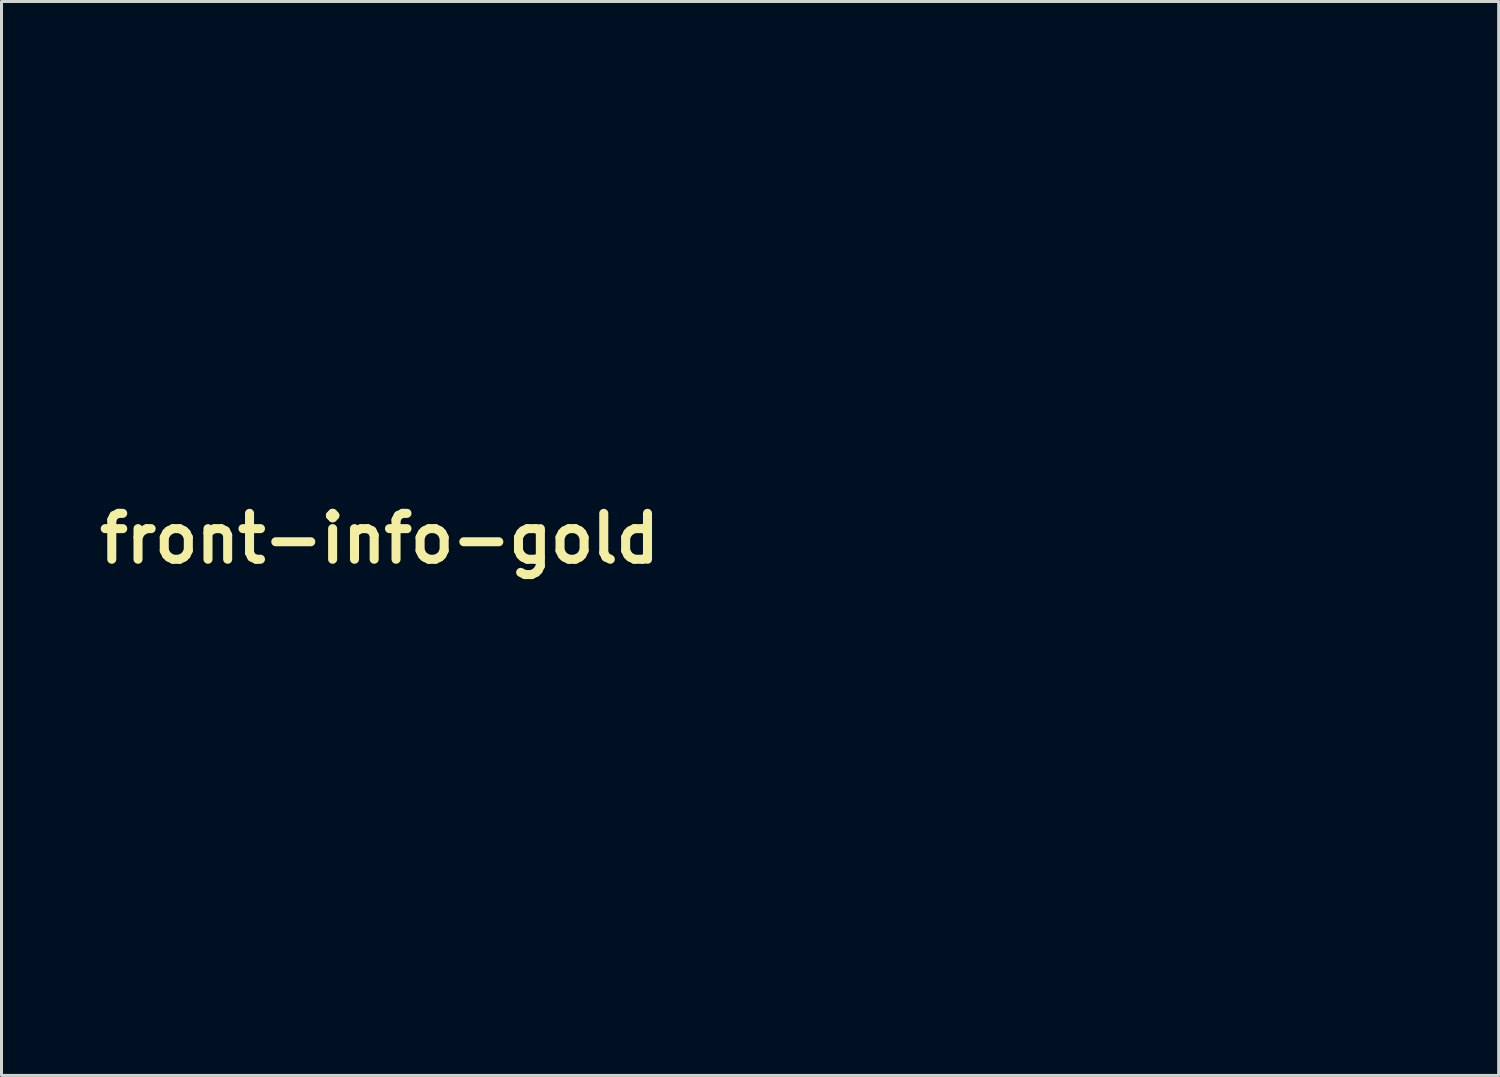
<source format=kicad_pcb>
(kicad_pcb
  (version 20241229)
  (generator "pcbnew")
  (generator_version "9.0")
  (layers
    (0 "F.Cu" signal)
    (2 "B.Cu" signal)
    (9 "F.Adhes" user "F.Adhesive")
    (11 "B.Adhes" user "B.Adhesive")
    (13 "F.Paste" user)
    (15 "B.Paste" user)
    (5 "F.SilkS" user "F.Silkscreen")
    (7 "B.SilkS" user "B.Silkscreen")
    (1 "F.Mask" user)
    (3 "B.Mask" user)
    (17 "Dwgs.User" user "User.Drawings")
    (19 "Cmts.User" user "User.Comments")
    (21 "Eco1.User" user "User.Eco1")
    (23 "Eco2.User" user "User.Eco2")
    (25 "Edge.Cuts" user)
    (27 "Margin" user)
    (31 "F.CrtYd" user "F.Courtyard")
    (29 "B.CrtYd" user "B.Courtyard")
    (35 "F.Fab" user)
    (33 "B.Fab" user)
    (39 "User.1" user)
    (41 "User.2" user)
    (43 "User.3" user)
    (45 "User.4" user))
  (footprint "front-info-gold"
    (layer "F.Cu")
    (at 9.55 14.822)
    (property "Reference" "front-info-gold" (at 0 0 0) (layer "F.SilkS") (effects (font (size 1.524 1.524) (thickness 0.3))))
    (attr through_hole)
    (fp_poly (pts (xy 0.31 14.817) (xy -0.113 14.817) (xy -0.113 -14.817) (xy 0.31 -14.817) (xy 0.31 14.817)) (stroke (width 0.01) (type solid)) (fill yes) (layer "F.Mask"))
    (fp_poly (pts (xy 8.438 -1.524) (xy 8.072 -1.524) (xy 8.072 -2.963) (xy 8.438 -2.963) (xy 8.438 -1.524)) (stroke (width 0.01) (type solid)) (fill yes) (layer "F.Mask"))
    (fp_poly (pts (xy 18.203 -1.524) (xy 17.865 -1.524) (xy 17.865 -2.963) (xy 18.203 -2.963) (xy 18.203 -1.524)) (stroke (width 0.01) (type solid)) (fill yes) (layer "F.Mask"))
    (fp_poly (pts (xy 31.835 -3.133) (xy 30.79 -3.133) (xy 30.79 -2.625) (xy 31.694 -2.625) (xy 31.694 -2.342) (xy 30.79 -2.342) (xy 30.79 -1.834) (xy 31.863 -1.834) (xy 31.863 -1.524) (xy 30.424 -1.524) (xy 30.424 -3.415) (xy 31.835 -3.415) (xy 31.835 -3.133)) (stroke (width 0.01) (type solid)) (fill yes) (layer "F.Mask"))
    (fp_poly (pts (xy 13.716 -3.133) (xy 12.7 -3.133) (xy 12.7 -2.625) (xy 13.603 -2.625) (xy 13.603 -2.342) (xy 12.7 -2.342) (xy 12.7 -1.836) (xy 13.229 -1.828) (xy 13.758 -1.82) (xy 13.767 -1.672) (xy 13.775 -1.524) (xy 12.333 -1.524) (xy 12.333 -3.415) (xy 13.716 -3.415) (xy 13.716 -3.133)) (stroke (width 0.01) (type solid)) (fill yes) (layer "F.Mask"))
    (fp_poly (pts (xy 8.302 -3.608) (xy 8.388 -3.569) (xy 8.447 -3.499) (xy 8.467 -3.415) (xy 8.448 -3.332) (xy 8.41 -3.274) (xy 8.335 -3.231) (xy 8.239 -3.217) (xy 8.147 -3.233) (xy 8.09 -3.269) (xy 8.051 -3.346) (xy 8.044 -3.438) (xy 8.068 -3.523) (xy 8.106 -3.569) (xy 8.204 -3.61) (xy 8.302 -3.608)) (stroke (width 0.01) (type solid)) (fill yes) (layer "F.Mask"))
    (fp_poly (pts (xy 18.123 -3.601) (xy 18.185 -3.557) (xy 18.201 -3.538) (xy 18.242 -3.472) (xy 18.26 -3.416) (xy 18.26 -3.415) (xy 18.243 -3.36) (xy 18.203 -3.294) (xy 18.201 -3.292) (xy 18.141 -3.237) (xy 18.063 -3.218) (xy 18.034 -3.217) (xy 17.945 -3.229) (xy 17.883 -3.273) (xy 17.867 -3.292) (xy 17.826 -3.357) (xy 17.808 -3.414) (xy 17.808 -3.415) (xy 17.825 -3.47) (xy 17.865 -3.536) (xy 17.867 -3.538) (xy 17.927 -3.592) (xy 18.005 -3.612) (xy 18.034 -3.612) (xy 18.123 -3.601)) (stroke (width 0.01) (type solid)) (fill yes) (layer "F.Mask"))
    (fp_poly (pts (xy 24.695 -2.987) (xy 24.714 -2.963) (xy 24.721 -2.908) (xy 24.723 -2.828) (xy 24.723 -2.664) (xy 24.622 -2.661) (xy 24.472 -2.635) (xy 24.356 -2.565) (xy 24.294 -2.488) (xy 24.269 -2.444) (xy 24.251 -2.394) (xy 24.239 -2.328) (xy 24.23 -2.237) (xy 24.224 -2.109) (xy 24.219 -1.956) (xy 24.208 -1.524) (xy 23.876 -1.524) (xy 23.876 -2.963) (xy 24.215 -2.963) (xy 24.215 -2.789) (xy 24.3 -2.861) (xy 24.417 -2.932) (xy 24.557 -2.979) (xy 24.659 -2.991) (xy 24.695 -2.987)) (stroke (width 0.01) (type solid)) (fill yes) (layer "F.Mask"))
    (fp_poly (pts (xy 11.133 -3.551) (xy 11.167 -3.549) (xy 11.293 -3.533) (xy 11.369 -3.507) (xy 11.401 -3.465) (xy 11.395 -3.4) (xy 11.371 -3.336) (xy 11.336 -3.263) (xy 11.308 -3.234) (xy 11.275 -3.239) (xy 11.263 -3.244) (xy 11.194 -3.266) (xy 11.123 -3.274) (xy 11.037 -3.248) (xy 10.967 -3.182) (xy 10.927 -3.09) (xy 10.922 -3.044) (xy 10.922 -2.963) (xy 11.317 -2.963) (xy 11.317 -2.681) (xy 10.95 -2.681) (xy 10.95 -1.524) (xy 10.583 -1.524) (xy 10.583 -2.681) (xy 10.358 -2.681) (xy 10.358 -2.963) (xy 10.576 -2.963) (xy 10.596 -3.111) (xy 10.636 -3.275) (xy 10.712 -3.398) (xy 10.828 -3.488) (xy 10.855 -3.501) (xy 10.942 -3.537) (xy 11.026 -3.552) (xy 11.133 -3.551)) (stroke (width 0.01) (type solid)) (fill yes) (layer "F.Mask"))
    (fp_poly (pts (xy 19.691 -2.955) (xy 19.837 -2.884) (xy 19.872 -2.858) (xy 19.935 -2.799) (xy 19.983 -2.736) (xy 20.017 -2.661) (xy 20.041 -2.565) (xy 20.055 -2.44) (xy 20.063 -2.277) (xy 20.065 -2.067) (xy 20.065 -2.039) (xy 20.066 -1.524) (xy 19.731 -1.524) (xy 19.722 -2.02) (xy 19.713 -2.517) (xy 19.621 -2.599) (xy 19.51 -2.663) (xy 19.383 -2.683) (xy 19.254 -2.662) (xy 19.138 -2.603) (xy 19.049 -2.508) (xy 19.037 -2.486) (xy 19.019 -2.438) (xy 19.007 -2.368) (xy 18.999 -2.267) (xy 18.995 -2.127) (xy 18.994 -1.963) (xy 18.994 -1.524) (xy 18.627 -1.524) (xy 18.627 -2.963) (xy 18.965 -2.963) (xy 18.965 -2.789) (xy 19.051 -2.861) (xy 19.188 -2.942) (xy 19.35 -2.984) (xy 19.523 -2.989) (xy 19.691 -2.955)) (stroke (width 0.01) (type solid)) (fill yes) (layer "F.Mask"))
    (fp_poly (pts (xy 6.576 -3.171) (xy 6.576 -3.024) (xy 6.578 -2.926) (xy 6.583 -2.868) (xy 6.592 -2.844) (xy 6.607 -2.844) (xy 6.627 -2.859) (xy 6.749 -2.935) (xy 6.901 -2.978) (xy 7.067 -2.987) (xy 7.231 -2.964) (xy 7.379 -2.908) (xy 7.454 -2.858) (xy 7.517 -2.799) (xy 7.565 -2.736) (xy 7.6 -2.661) (xy 7.623 -2.565) (xy 7.638 -2.44) (xy 7.645 -2.277) (xy 7.648 -2.067) (xy 7.648 -2.039) (xy 7.648 -1.524) (xy 7.31 -1.524) (xy 7.31 -1.962) (xy 7.306 -2.186) (xy 7.292 -2.36) (xy 7.267 -2.49) (xy 7.227 -2.581) (xy 7.168 -2.639) (xy 7.09 -2.67) (xy 6.988 -2.681) (xy 6.972 -2.681) (xy 6.832 -2.664) (xy 6.726 -2.611) (xy 6.64 -2.514) (xy 6.616 -2.475) (xy 6.598 -2.433) (xy 6.587 -2.379) (xy 6.58 -2.303) (xy 6.577 -2.195) (xy 6.576 -2.044) (xy 6.576 -1.971) (xy 6.576 -1.524) (xy 6.209 -1.524) (xy 6.209 -3.528) (xy 6.576 -3.528) (xy 6.576 -3.171)) (stroke (width 0.01) (type solid)) (fill yes) (layer "F.Mask"))
    (fp_poly (pts (xy 14.963 -2.984) (xy 15.158 -2.949) (xy 15.314 -2.874) (xy 15.433 -2.757) (xy 15.466 -2.705) (xy 15.491 -2.659) (xy 15.509 -2.614) (xy 15.522 -2.56) (xy 15.531 -2.488) (xy 15.538 -2.388) (xy 15.542 -2.252) (xy 15.546 -2.069) (xy 15.546 -2.053) (xy 15.556 -1.524) (xy 15.184 -1.524) (xy 15.184 -1.991) (xy 15.182 -2.192) (xy 15.176 -2.344) (xy 15.163 -2.456) (xy 15.142 -2.535) (xy 15.112 -2.589) (xy 15.069 -2.626) (xy 15.029 -2.647) (xy 14.912 -2.677) (xy 14.779 -2.675) (xy 14.659 -2.644) (xy 14.644 -2.637) (xy 14.576 -2.591) (xy 14.525 -2.526) (xy 14.49 -2.436) (xy 14.467 -2.312) (xy 14.454 -2.148) (xy 14.45 -1.94) (xy 14.45 -1.524) (xy 14.111 -1.524) (xy 14.111 -2.963) (xy 14.28 -2.963) (xy 14.374 -2.962) (xy 14.425 -2.953) (xy 14.446 -2.933) (xy 14.45 -2.897) (xy 14.45 -2.831) (xy 14.612 -2.914) (xy 14.711 -2.96) (xy 14.791 -2.983) (xy 14.881 -2.988) (xy 14.963 -2.984)) (stroke (width 0.01) (type solid)) (fill yes) (layer "F.Mask"))
    (fp_poly (pts (xy 9.581 -2.983) (xy 9.773 -2.938) (xy 9.938 -2.847) (xy 10.071 -2.718) (xy 10.164 -2.558) (xy 10.211 -2.374) (xy 10.216 -2.293) (xy 10.216 -2.145) (xy 9.084 -2.145) (xy 9.103 -2.081) (xy 9.154 -1.988) (xy 9.24 -1.899) (xy 9.319 -1.846) (xy 9.434 -1.811) (xy 9.574 -1.806) (xy 9.717 -1.828) (xy 9.838 -1.877) (xy 9.958 -1.947) (xy 10.044 -1.843) (xy 10.095 -1.778) (xy 10.112 -1.738) (xy 10.1 -1.706) (xy 10.085 -1.688) (xy 9.997 -1.623) (xy 9.87 -1.567) (xy 9.722 -1.526) (xy 9.568 -1.503) (xy 9.427 -1.502) (xy 9.356 -1.513) (xy 9.216 -1.555) (xy 9.109 -1.606) (xy 9.013 -1.676) (xy 8.971 -1.714) (xy 8.853 -1.85) (xy 8.782 -2.002) (xy 8.753 -2.179) (xy 8.756 -2.316) (xy 8.766 -2.371) (xy 9.084 -2.371) (xy 9.905 -2.371) (xy 9.875 -2.448) (xy 9.803 -2.57) (xy 9.701 -2.654) (xy 9.581 -2.7) (xy 9.454 -2.709) (xy 9.329 -2.679) (xy 9.22 -2.613) (xy 9.136 -2.509) (xy 9.104 -2.434) (xy 9.084 -2.371) (xy 8.766 -2.371) (xy 8.795 -2.517) (xy 8.88 -2.688) (xy 9.004 -2.824) (xy 9.162 -2.923) (xy 9.349 -2.978) (xy 9.558 -2.986) (xy 9.581 -2.983)) (stroke (width 0.01) (type solid)) (fill yes) (layer "F.Mask"))
    (fp_poly (pts (xy 5.305 -3.427) (xy 5.406 -3.421) (xy 5.484 -3.406) (xy 5.556 -3.381) (xy 5.616 -3.354) (xy 5.717 -3.3) (xy 5.811 -3.242) (xy 5.856 -3.209) (xy 5.94 -3.138) (xy 5.814 -3.026) (xy 5.687 -2.913) (xy 5.596 -2.993) (xy 5.452 -3.084) (xy 5.287 -3.129) (xy 5.114 -3.13) (xy 4.943 -3.086) (xy 4.786 -2.999) (xy 4.712 -2.936) (xy 4.599 -2.787) (xy 4.534 -2.621) (xy 4.515 -2.448) (xy 4.541 -2.277) (xy 4.612 -2.119) (xy 4.724 -1.982) (xy 4.864 -1.884) (xy 4.959 -1.845) (xy 5.069 -1.826) (xy 5.179 -1.822) (xy 5.355 -1.836) (xy 5.497 -1.884) (xy 5.623 -1.971) (xy 5.635 -1.981) (xy 5.695 -2.037) (xy 5.929 -1.826) (xy 5.851 -1.745) (xy 5.781 -1.686) (xy 5.685 -1.623) (xy 5.619 -1.588) (xy 5.453 -1.531) (xy 5.259 -1.503) (xy 5.056 -1.504) (xy 4.865 -1.535) (xy 4.82 -1.549) (xy 4.61 -1.646) (xy 4.434 -1.784) (xy 4.298 -1.957) (xy 4.204 -2.157) (xy 4.158 -2.378) (xy 4.159 -2.579) (xy 4.21 -2.806) (xy 4.31 -3.007) (xy 4.456 -3.179) (xy 4.646 -3.317) (xy 4.709 -3.351) (xy 4.788 -3.387) (xy 4.859 -3.41) (xy 4.938 -3.423) (xy 5.043 -3.428) (xy 5.165 -3.429) (xy 5.305 -3.427)) (stroke (width 0.01) (type solid)) (fill yes) (layer "F.Mask"))
    (fp_poly (pts (xy 29.491 -3.427) (xy 29.591 -3.421) (xy 29.668 -3.407) (xy 29.739 -3.382) (xy 29.804 -3.352) (xy 29.901 -3.298) (xy 29.987 -3.239) (xy 30.028 -3.203) (xy 30.096 -3.132) (xy 29.987 -3.021) (xy 29.878 -2.909) (xy 29.799 -2.976) (xy 29.646 -3.072) (xy 29.476 -3.122) (xy 29.301 -3.128) (xy 29.13 -3.092) (xy 28.975 -3.016) (xy 28.845 -2.902) (xy 28.78 -2.807) (xy 28.722 -2.649) (xy 28.701 -2.472) (xy 28.718 -2.298) (xy 28.755 -2.187) (xy 28.853 -2.034) (xy 28.986 -1.919) (xy 29.143 -1.844) (xy 29.315 -1.812) (xy 29.492 -1.824) (xy 29.666 -1.883) (xy 29.785 -1.956) (xy 29.879 -2.029) (xy 29.987 -1.918) (xy 30.048 -1.854) (xy 30.074 -1.814) (xy 30.07 -1.784) (xy 30.043 -1.75) (xy 29.991 -1.708) (xy 29.906 -1.655) (xy 29.809 -1.603) (xy 29.697 -1.553) (xy 29.597 -1.524) (xy 29.481 -1.509) (xy 29.398 -1.505) (xy 29.262 -1.505) (xy 29.133 -1.516) (xy 29.039 -1.533) (xy 28.832 -1.618) (xy 28.65 -1.746) (xy 28.501 -1.908) (xy 28.396 -2.096) (xy 28.377 -2.148) (xy 28.348 -2.264) (xy 28.338 -2.397) (xy 28.341 -2.525) (xy 28.376 -2.763) (xy 28.456 -2.966) (xy 28.583 -3.137) (xy 28.756 -3.278) (xy 28.896 -3.355) (xy 28.977 -3.389) (xy 29.051 -3.411) (xy 29.135 -3.423) (xy 29.248 -3.428) (xy 29.351 -3.429) (xy 29.491 -3.427)) (stroke (width 0.01) (type solid)) (fill yes) (layer "F.Mask"))
    (fp_poly (pts (xy 21.283 -2.981) (xy 21.449 -2.927) (xy 21.597 -2.836) (xy 21.721 -2.711) (xy 21.811 -2.555) (xy 21.861 -2.369) (xy 21.865 -2.327) (xy 21.88 -2.145) (xy 21.312 -2.145) (xy 21.099 -2.144) (xy 20.94 -2.14) (xy 20.83 -2.134) (xy 20.765 -2.125) (xy 20.743 -2.114) (xy 20.743 -2.113) (xy 20.766 -2.043) (xy 20.822 -1.964) (xy 20.899 -1.891) (xy 20.967 -1.85) (xy 21.095 -1.814) (xy 21.241 -1.809) (xy 21.382 -1.832) (xy 21.497 -1.881) (xy 21.509 -1.889) (xy 21.598 -1.955) (xy 21.69 -1.845) (xy 21.742 -1.777) (xy 21.758 -1.726) (xy 21.735 -1.683) (xy 21.668 -1.636) (xy 21.582 -1.59) (xy 21.423 -1.534) (xy 21.238 -1.507) (xy 21.051 -1.511) (xy 20.932 -1.534) (xy 20.754 -1.611) (xy 20.608 -1.726) (xy 20.498 -1.87) (xy 20.425 -2.034) (xy 20.393 -2.211) (xy 20.403 -2.39) (xy 20.416 -2.429) (xy 20.748 -2.429) (xy 20.758 -2.4) (xy 20.8 -2.382) (xy 20.881 -2.374) (xy 21.008 -2.371) (xy 21.138 -2.371) (xy 21.295 -2.371) (xy 21.404 -2.373) (xy 21.474 -2.379) (xy 21.513 -2.388) (xy 21.53 -2.402) (xy 21.534 -2.423) (xy 21.511 -2.495) (xy 21.453 -2.574) (xy 21.373 -2.644) (xy 21.335 -2.668) (xy 21.207 -2.706) (xy 21.071 -2.702) (xy 20.942 -2.659) (xy 20.838 -2.583) (xy 20.801 -2.535) (xy 20.764 -2.473) (xy 20.748 -2.429) (xy 20.416 -2.429) (xy 20.458 -2.564) (xy 20.561 -2.724) (xy 20.602 -2.768) (xy 20.759 -2.891) (xy 20.93 -2.965) (xy 21.107 -2.994) (xy 21.283 -2.981)) (stroke (width 0.01) (type solid)) (fill yes) (layer "F.Mask"))
    (fp_poly (pts (xy 33.279 -3.427) (xy 33.384 -3.419) (xy 33.467 -3.403) (xy 33.541 -3.377) (xy 33.568 -3.365) (xy 33.772 -3.244) (xy 33.935 -3.086) (xy 34.038 -2.93) (xy 34.084 -2.842) (xy 34.112 -2.77) (xy 34.128 -2.696) (xy 34.134 -2.601) (xy 34.135 -2.484) (xy 34.133 -2.347) (xy 34.124 -2.247) (xy 34.104 -2.165) (xy 34.072 -2.082) (xy 34.06 -2.056) (xy 33.941 -1.867) (xy 33.779 -1.708) (xy 33.59 -1.591) (xy 33.439 -1.541) (xy 33.257 -1.51) (xy 33.067 -1.501) (xy 32.891 -1.517) (xy 32.82 -1.533) (xy 32.604 -1.621) (xy 32.421 -1.75) (xy 32.276 -1.913) (xy 32.172 -2.104) (xy 32.114 -2.316) (xy 32.107 -2.522) (xy 32.471 -2.522) (xy 32.475 -2.354) (xy 32.519 -2.193) (xy 32.603 -2.05) (xy 32.715 -1.943) (xy 32.888 -1.85) (xy 33.07 -1.812) (xy 33.265 -1.827) (xy 33.347 -1.848) (xy 33.491 -1.917) (xy 33.619 -2.027) (xy 33.717 -2.163) (xy 33.738 -2.207) (xy 33.763 -2.297) (xy 33.779 -2.411) (xy 33.781 -2.476) (xy 33.756 -2.664) (xy 33.685 -2.826) (xy 33.576 -2.959) (xy 33.438 -3.058) (xy 33.278 -3.117) (xy 33.102 -3.132) (xy 32.919 -3.098) (xy 32.831 -3.064) (xy 32.687 -2.969) (xy 32.578 -2.84) (xy 32.506 -2.688) (xy 32.471 -2.522) (xy 32.107 -2.522) (xy 32.106 -2.541) (xy 32.119 -2.638) (xy 32.186 -2.864) (xy 32.3 -3.059) (xy 32.459 -3.22) (xy 32.663 -3.347) (xy 32.678 -3.355) (xy 32.758 -3.389) (xy 32.832 -3.411) (xy 32.917 -3.423) (xy 33.029 -3.428) (xy 33.133 -3.429) (xy 33.279 -3.427)) (stroke (width 0.01) (type solid)) (fill yes) (layer "F.Mask"))
    (fp_poly (pts (xy 22.943 -2.98) (xy 23.132 -2.927) (xy 23.293 -2.83) (xy 23.422 -2.693) (xy 23.512 -2.522) (xy 23.557 -2.32) (xy 23.558 -2.312) (xy 23.573 -2.145) (xy 23.005 -2.145) (xy 22.813 -2.145) (xy 22.669 -2.143) (xy 22.568 -2.141) (xy 22.501 -2.135) (xy 22.462 -2.127) (xy 22.443 -2.115) (xy 22.437 -2.099) (xy 22.437 -2.089) (xy 22.46 -2.025) (xy 22.519 -1.952) (xy 22.6 -1.883) (xy 22.686 -1.833) (xy 22.734 -1.818) (xy 22.873 -1.807) (xy 23.014 -1.82) (xy 23.137 -1.854) (xy 23.2 -1.888) (xy 23.283 -1.949) (xy 23.367 -1.856) (xy 23.418 -1.794) (xy 23.448 -1.746) (xy 23.452 -1.736) (xy 23.428 -1.698) (xy 23.365 -1.649) (xy 23.278 -1.598) (xy 23.179 -1.554) (xy 23.126 -1.536) (xy 22.917 -1.5) (xy 22.701 -1.518) (xy 22.633 -1.534) (xy 22.437 -1.612) (xy 22.281 -1.729) (xy 22.167 -1.883) (xy 22.11 -2.021) (xy 22.077 -2.168) (xy 22.075 -2.302) (xy 22.1 -2.423) (xy 22.437 -2.423) (xy 22.44 -2.402) (xy 22.458 -2.388) (xy 22.497 -2.379) (xy 22.566 -2.373) (xy 22.675 -2.371) (xy 22.832 -2.371) (xy 22.998 -2.372) (xy 23.114 -2.376) (xy 23.187 -2.384) (xy 23.221 -2.396) (xy 23.227 -2.406) (xy 23.213 -2.452) (xy 23.179 -2.519) (xy 23.174 -2.528) (xy 23.086 -2.621) (xy 22.966 -2.683) (xy 22.831 -2.708) (xy 22.696 -2.692) (xy 22.635 -2.668) (xy 22.551 -2.608) (xy 22.482 -2.531) (xy 22.442 -2.453) (xy 22.437 -2.423) (xy 22.1 -2.423) (xy 22.106 -2.452) (xy 22.114 -2.48) (xy 22.194 -2.654) (xy 22.317 -2.799) (xy 22.474 -2.907) (xy 22.658 -2.972) (xy 22.733 -2.983) (xy 22.943 -2.98)) (stroke (width 0.01) (type solid)) (fill yes) (layer "F.Mask"))
    (fp_poly (pts (xy 16.756 -2.969) (xy 16.919 -2.916) (xy 17.011 -2.861) (xy 17.103 -2.791) (xy 17.103 -2.877) (xy 17.105 -2.926) (xy 17.122 -2.952) (xy 17.167 -2.962) (xy 17.254 -2.963) (xy 17.413 -2.963) (xy 17.413 -2.249) (xy 17.412 -1.998) (xy 17.409 -1.796) (xy 17.402 -1.636) (xy 17.389 -1.511) (xy 17.37 -1.414) (xy 17.344 -1.337) (xy 17.309 -1.274) (xy 17.263 -1.216) (xy 17.225 -1.176) (xy 17.135 -1.104) (xy 17.029 -1.045) (xy 16.996 -1.032) (xy 16.891 -1.009) (xy 16.749 -0.995) (xy 16.592 -0.991) (xy 16.437 -0.997) (xy 16.305 -1.013) (xy 16.277 -1.018) (xy 16.183 -1.047) (xy 16.088 -1.087) (xy 16.008 -1.13) (xy 15.956 -1.168) (xy 15.946 -1.187) (xy 15.958 -1.228) (xy 15.988 -1.29) (xy 16.027 -1.356) (xy 16.062 -1.409) (xy 16.085 -1.431) (xy 16.087 -1.431) (xy 16.244 -1.35) (xy 16.39 -1.304) (xy 16.55 -1.286) (xy 16.609 -1.285) (xy 16.741 -1.288) (xy 16.831 -1.301) (xy 16.895 -1.326) (xy 16.91 -1.335) (xy 16.992 -1.42) (xy 17.051 -1.537) (xy 17.074 -1.66) (xy 17.074 -1.664) (xy 17.074 -1.752) (xy 16.949 -1.679) (xy 16.776 -1.609) (xy 16.584 -1.586) (xy 16.387 -1.613) (xy 16.367 -1.618) (xy 16.192 -1.695) (xy 16.052 -1.807) (xy 15.951 -1.946) (xy 15.886 -2.104) (xy 15.861 -2.271) (xy 15.866 -2.33) (xy 16.211 -2.33) (xy 16.219 -2.196) (xy 16.274 -2.071) (xy 16.374 -1.967) (xy 16.406 -1.946) (xy 16.514 -1.905) (xy 16.644 -1.89) (xy 16.774 -1.902) (xy 16.88 -1.94) (xy 16.887 -1.944) (xy 16.991 -2.042) (xy 17.053 -2.162) (xy 17.075 -2.292) (xy 17.056 -2.421) (xy 16.997 -2.537) (xy 16.898 -2.627) (xy 16.874 -2.64) (xy 16.787 -2.67) (xy 16.672 -2.678) (xy 16.605 -2.676) (xy 16.497 -2.665) (xy 16.423 -2.643) (xy 16.364 -2.604) (xy 16.342 -2.583) (xy 16.252 -2.463) (xy 16.211 -2.33) (xy 15.866 -2.33) (xy 15.875 -2.439) (xy 15.93 -2.6) (xy 16.026 -2.746) (xy 16.164 -2.868) (xy 16.238 -2.912) (xy 16.399 -2.968) (xy 16.577 -2.986) (xy 16.756 -2.969)) (stroke (width 0.01) (type solid)) (fill yes) (layer "F.Mask"))
    (fp_poly (pts (xy 26.634 -3.422) (xy 26.652 -3.416) (xy 26.787 -3.346) (xy 26.884 -3.241) (xy 26.937 -3.112) (xy 26.941 -2.968) (xy 26.928 -2.908) (xy 26.888 -2.83) (xy 26.819 -2.739) (xy 26.736 -2.651) (xy 26.655 -2.585) (xy 26.611 -2.561) (xy 26.606 -2.539) (xy 26.639 -2.488) (xy 26.712 -2.405) (xy 26.762 -2.353) (xy 26.857 -2.259) (xy 26.922 -2.206) (xy 26.965 -2.195) (xy 26.996 -2.224) (xy 27.022 -2.294) (xy 27.039 -2.352) (xy 27.06 -2.413) (xy 27.089 -2.443) (xy 27.138 -2.445) (xy 27.22 -2.42) (xy 27.276 -2.399) (xy 27.318 -2.374) (xy 27.334 -2.334) (xy 27.326 -2.269) (xy 27.292 -2.171) (xy 27.249 -2.072) (xy 27.186 -1.93) (xy 27.295 -1.838) (xy 27.357 -1.781) (xy 27.397 -1.736) (xy 27.404 -1.721) (xy 27.387 -1.686) (xy 27.343 -1.627) (xy 27.315 -1.594) (xy 27.226 -1.493) (xy 27.109 -1.607) (xy 26.993 -1.721) (xy 26.894 -1.654) (xy 26.715 -1.563) (xy 26.509 -1.51) (xy 26.294 -1.498) (xy 26.088 -1.528) (xy 26.055 -1.537) (xy 25.887 -1.613) (xy 25.764 -1.717) (xy 25.687 -1.843) (xy 25.657 -1.982) (xy 25.661 -2.008) (xy 26.005 -2.008) (xy 26.054 -1.911) (xy 26.131 -1.842) (xy 26.251 -1.792) (xy 26.396 -1.779) (xy 26.549 -1.803) (xy 26.635 -1.834) (xy 26.706 -1.87) (xy 26.749 -1.901) (xy 26.755 -1.911) (xy 26.736 -1.939) (xy 26.684 -1.998) (xy 26.608 -2.078) (xy 26.52 -2.168) (xy 26.286 -2.401) (xy 26.172 -2.318) (xy 26.065 -2.218) (xy 26.009 -2.112) (xy 26.005 -2.008) (xy 25.661 -2.008) (xy 25.676 -2.128) (xy 25.743 -2.274) (xy 25.861 -2.412) (xy 25.919 -2.461) (xy 26 -2.525) (xy 26.043 -2.567) (xy 26.054 -2.597) (xy 26.041 -2.628) (xy 26.033 -2.638) (xy 25.971 -2.739) (xy 25.919 -2.852) (xy 25.886 -2.954) (xy 25.884 -2.973) (xy 26.203 -2.973) (xy 26.23 -2.904) (xy 26.275 -2.83) (xy 26.323 -2.769) (xy 26.363 -2.739) (xy 26.369 -2.738) (xy 26.408 -2.751) (xy 26.472 -2.785) (xy 26.491 -2.797) (xy 26.584 -2.876) (xy 26.634 -2.963) (xy 26.643 -3.049) (xy 26.61 -3.122) (xy 26.538 -3.172) (xy 26.439 -3.189) (xy 26.335 -3.17) (xy 26.254 -3.119) (xy 26.207 -3.048) (xy 26.203 -2.973) (xy 25.884 -2.973) (xy 25.88 -3.001) (xy 25.905 -3.129) (xy 25.974 -3.25) (xy 26.076 -3.347) (xy 26.081 -3.35) (xy 26.197 -3.402) (xy 26.344 -3.433) (xy 26.497 -3.441) (xy 26.634 -3.422)) (stroke (width 0.01) (type solid)) (fill yes) (layer "F.Mask")))
  (gr_rect
    (start -3 -3)
    (end 46.69 32.643)
    (stroke (width 0.1) (type default))
    (fill no)
    (layer "Edge.Cuts")))
</source>
